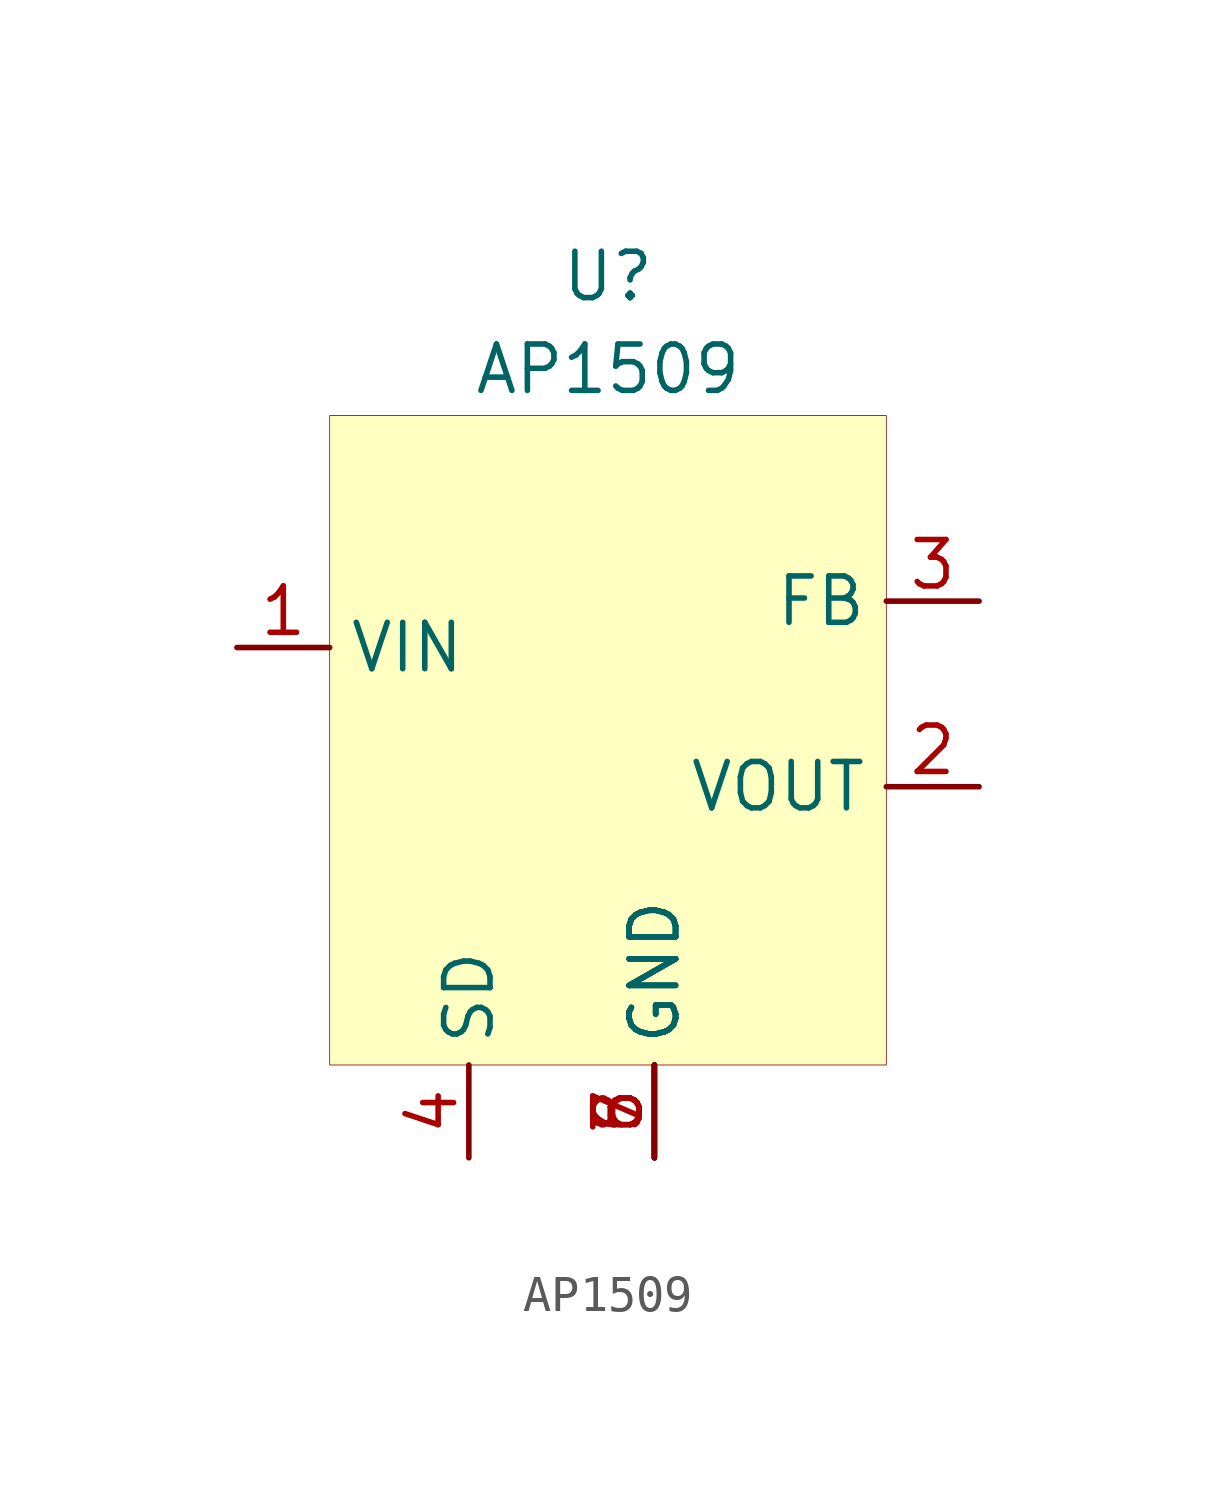
<source format=kicad_sym>
(kicad_symbol_lib
  (version 20201005)
  (generator kicad_symbol_editor)
  (symbol "CustomSymbols:AP1509"
    (property "Reference" "U"
      (at 0 12.7 0)
      (effects (font (size 1.27 1.27))))
    (property "Value" "AP1509"
      (at 0 10.16 0)
      (effects (font (size 1.27 1.27))))
    (symbol "AP1509_0_0"
      (pin power_in line (at -10.16 2.54 0) (length 2.54) (name "VIN" (effects (font (size 1.27 1.27)))) (number "1" (effects (font (size 1.27 1.27)))))
      (pin power_out line (at 10.16 -1.27 180) (length 2.54) (name "VOUT" (effects (font (size 1.27 1.27)))) (number "2" (effects (font (size 1.27 1.27)))))
      (pin input line (at 10.16 3.81 180) (length 2.54) (name "FB" (effects (font (size 1.27 1.27)))) (number "3" (effects (font (size 1.27 1.27)))))
      (pin input line (at -3.81 -11.43 90) (length 2.54) (name "SD" (effects (font (size 1.27 1.27)))) (number "4" (effects (font (size 1.27 1.27)))))
      (pin power_in line (at 1.27 -11.43 90) (length 2.54) (name "GND" (effects (font (size 1.27 1.27)))) (number "5" (effects (font (size 1.27 1.27)))))
      (pin power_in line (at 1.27 -11.43 90) (length 2.54) (name "GND" (effects (font (size 1.27 1.27)))) (number "6" (effects (font (size 1.27 1.27)))))
      (pin power_in line (at 1.27 -11.43 90) (length 2.54) (name "GND" (effects (font (size 1.27 1.27)))) (number "7" (effects (font (size 1.27 1.27)))))
      (pin power_in line (at 1.27 -11.43 90) (length 2.54) (name "GND" (effects (font (size 1.27 1.27)))) (number "8" (effects (font (size 1.27 1.27))))))
    (symbol "AP1509_0_1"
      (rectangle (start -7.62 8.89) (end 7.62 -8.89) (stroke (width 0.001)) (fill (type background))))))
</source>
